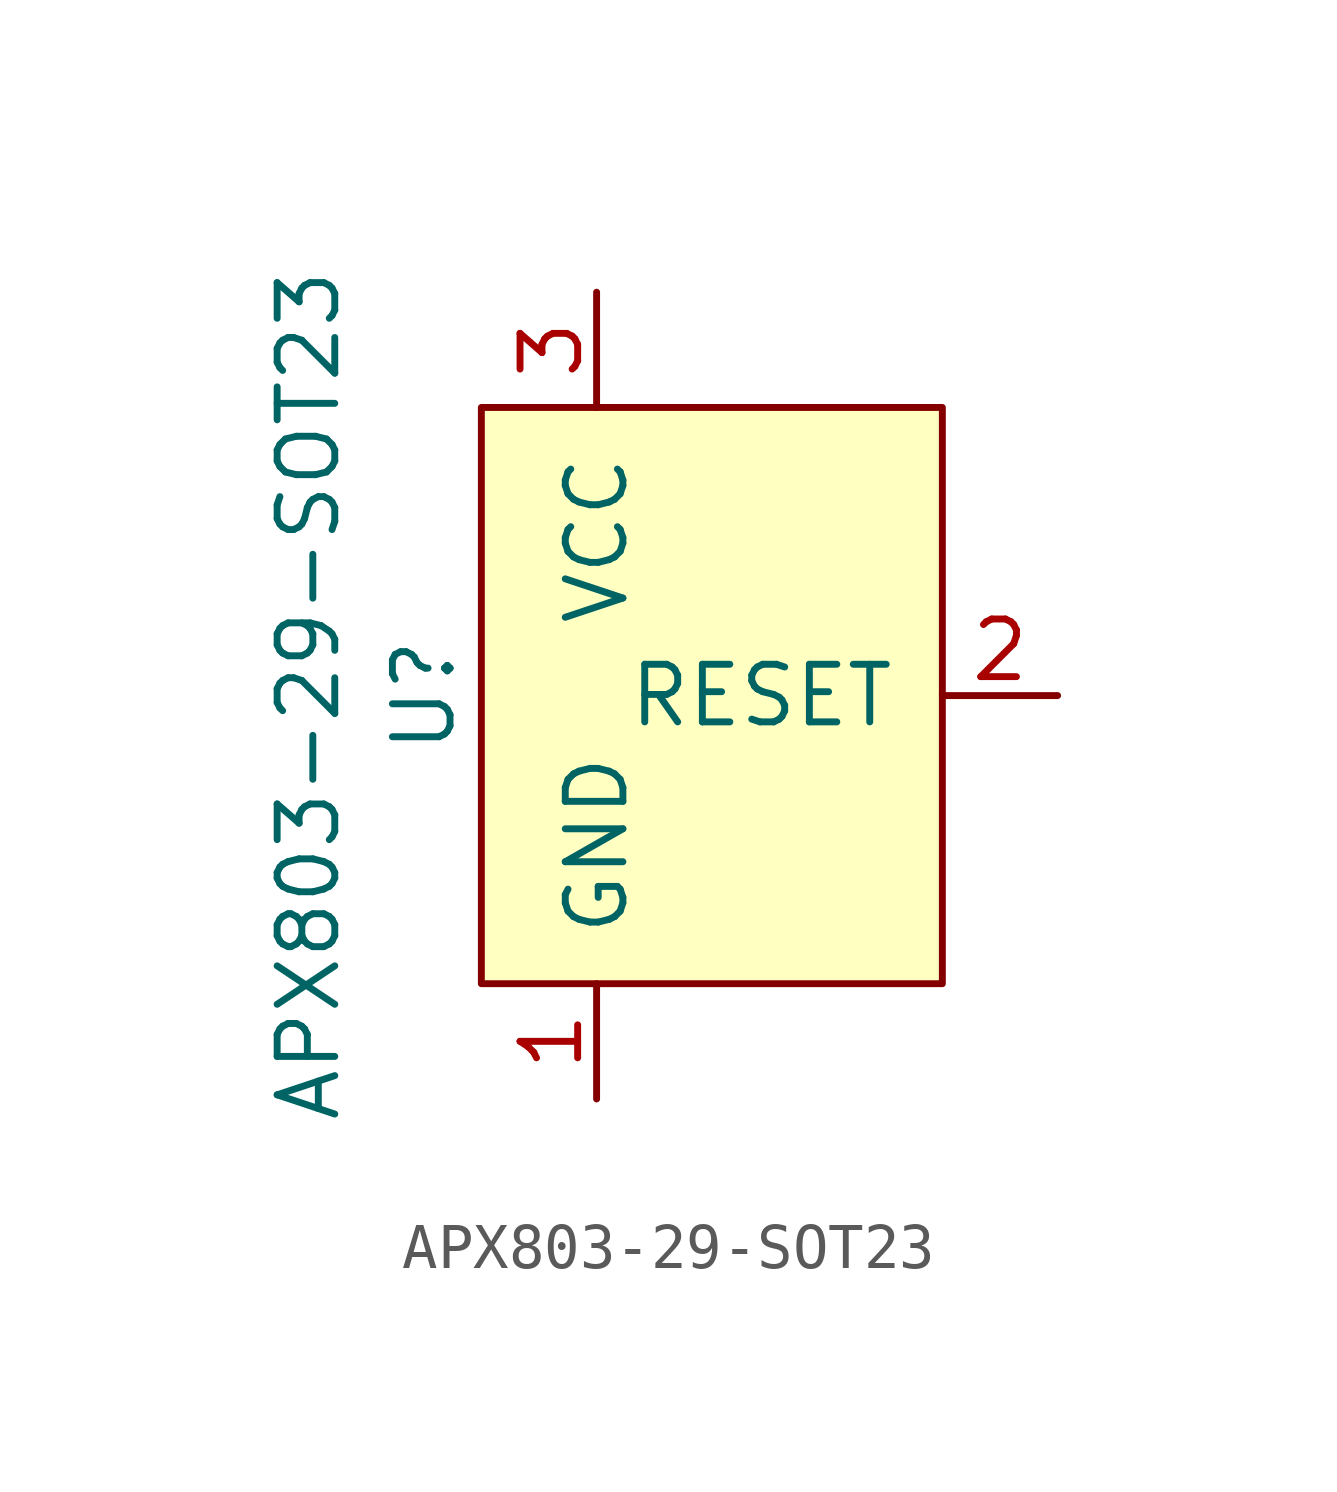
<source format=kicad_sym>
(kicad_symbol_lib
  (version 20241209)
  (generator "kicad_symbol_editor")
  (generator_version "9.0")
  (symbol "APX803-29-SOT23"
    (pin_names
      (offset 1.016))
    (property "Reference" "U"
      (at -5.08 0 90)
      (effects (font (size 1.27 1.27))))
    (property "Value" "APX803-29-SOT23"
      (at -7.62 0 90)
      (effects (font (size 1.27 1.27))))
    (symbol "APX803-29-SOT23_0_1"
      (rectangle (start -3.81 6.35) (end 6.35 -6.35) (stroke (width 0) (type solid)) (fill (type background))))
    (symbol "APX803-29-SOT23_1_1"
      (pin power_in line (at -1.27 8.89 270) (length 2.54) (name "VCC" (effects (font (size 1.27 1.27)))) (number "3" (effects (font (size 1.27 1.27)))))
      (pin passive line (at -1.27 -8.89 90) (length 2.54) (name "GND" (effects (font (size 1.27 1.27)))) (number "1" (effects (font (size 1.27 1.27)))))
      (pin output line (at 8.89 0 180) (length 2.54) (name "RESET" (effects (font (size 1.27 1.27)))) (number "2" (effects (font (size 1.27 1.27))))))))
</source>
